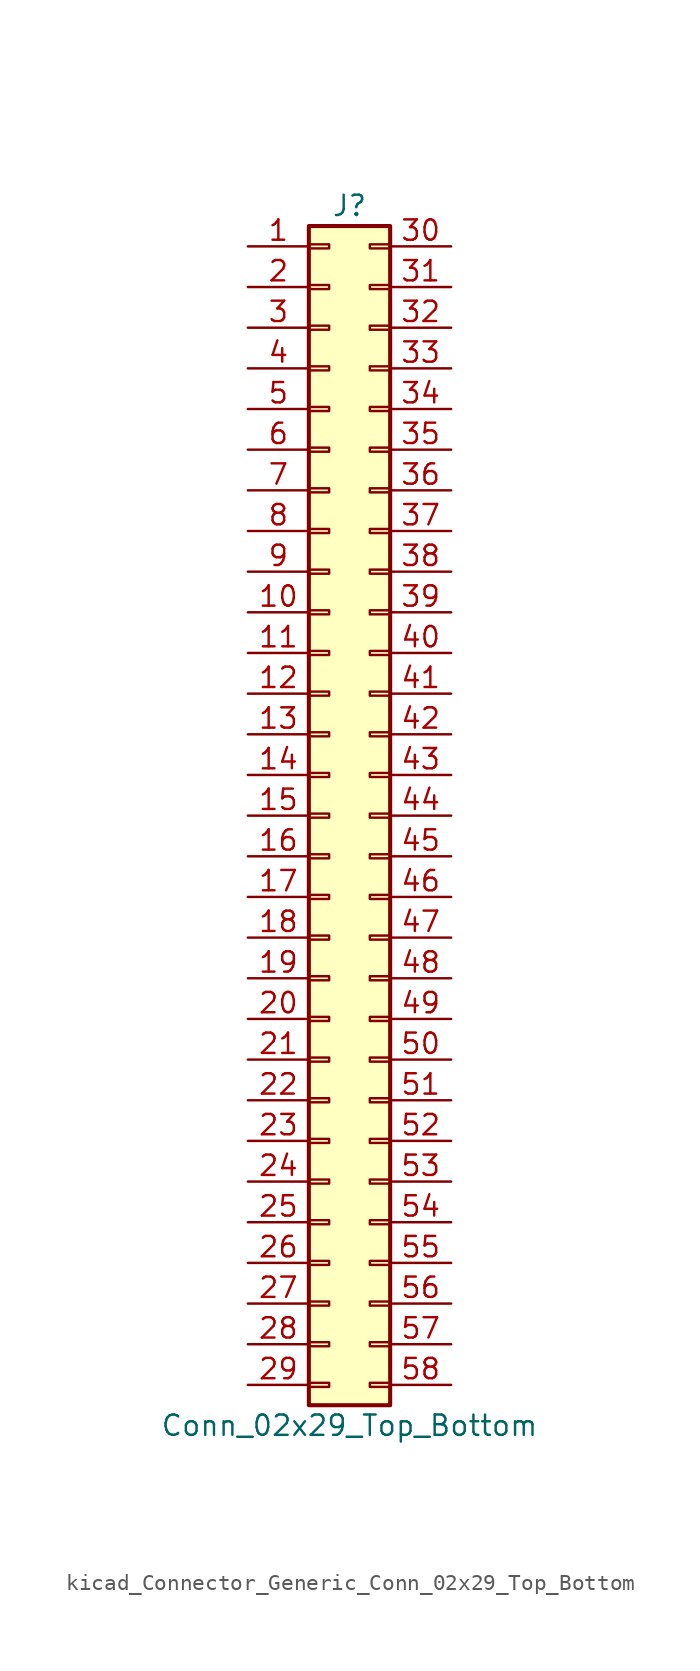
<source format=kicad_sym>
(kicad_symbol_lib
  (version 20220914)
  (generator kicad_symbol_editor)
  (symbol "kicad_Connector_Generic_Conn_02x29_Top_Bottom"
    (pin_names
      (offset 1.016) hide)
    (property "Reference" "J"
      (at 1.27 38.1 0)
      (effects (font (size 1.27 1.27))))
    (property "Value" "Conn_02x29_Top_Bottom"
      (at 1.27 -38.1 0)
      (effects (font (size 1.27 1.27))))
    (symbol "kicad_Connector_Generic_Conn_02x29_Top_Bottom_1_1"
      (rectangle (start -1.27 -35.433) (end 0 -35.687) (stroke (width 0.152) (type default)) (fill (type none)))
      (rectangle (start -1.27 -32.893) (end 0 -33.147) (stroke (width 0.152) (type default)) (fill (type none)))
      (rectangle (start -1.27 -30.353) (end 0 -30.607) (stroke (width 0.152) (type default)) (fill (type none)))
      (rectangle (start -1.27 -27.813) (end 0 -28.067) (stroke (width 0.152) (type default)) (fill (type none)))
      (rectangle (start -1.27 -25.273) (end 0 -25.527) (stroke (width 0.152) (type default)) (fill (type none)))
      (rectangle (start -1.27 -22.733) (end 0 -22.987) (stroke (width 0.152) (type default)) (fill (type none)))
      (rectangle (start -1.27 -20.193) (end 0 -20.447) (stroke (width 0.152) (type default)) (fill (type none)))
      (rectangle (start -1.27 -17.653) (end 0 -17.907) (stroke (width 0.152) (type default)) (fill (type none)))
      (rectangle (start -1.27 -15.113) (end 0 -15.367) (stroke (width 0.152) (type default)) (fill (type none)))
      (rectangle (start -1.27 -12.573) (end 0 -12.827) (stroke (width 0.152) (type default)) (fill (type none)))
      (rectangle (start -1.27 -10.033) (end 0 -10.287) (stroke (width 0.152) (type default)) (fill (type none)))
      (rectangle (start -1.27 -7.493) (end 0 -7.747) (stroke (width 0.152) (type default)) (fill (type none)))
      (rectangle (start -1.27 -4.953) (end 0 -5.207) (stroke (width 0.152) (type default)) (fill (type none)))
      (rectangle (start -1.27 -2.413) (end 0 -2.667) (stroke (width 0.152) (type default)) (fill (type none)))
      (rectangle (start -1.27 0.127) (end 0 -0.127) (stroke (width 0.152) (type default)) (fill (type none)))
      (rectangle (start -1.27 2.667) (end 0 2.413) (stroke (width 0.152) (type default)) (fill (type none)))
      (rectangle (start -1.27 5.207) (end 0 4.953) (stroke (width 0.152) (type default)) (fill (type none)))
      (rectangle (start -1.27 7.747) (end 0 7.493) (stroke (width 0.152) (type default)) (fill (type none)))
      (rectangle (start -1.27 10.287) (end 0 10.033) (stroke (width 0.152) (type default)) (fill (type none)))
      (rectangle (start -1.27 12.827) (end 0 12.573) (stroke (width 0.152) (type default)) (fill (type none)))
      (rectangle (start -1.27 15.367) (end 0 15.113) (stroke (width 0.152) (type default)) (fill (type none)))
      (rectangle (start -1.27 17.907) (end 0 17.653) (stroke (width 0.152) (type default)) (fill (type none)))
      (rectangle (start -1.27 20.447) (end 0 20.193) (stroke (width 0.152) (type default)) (fill (type none)))
      (rectangle (start -1.27 22.987) (end 0 22.733) (stroke (width 0.152) (type default)) (fill (type none)))
      (rectangle (start -1.27 25.527) (end 0 25.273) (stroke (width 0.152) (type default)) (fill (type none)))
      (rectangle (start -1.27 28.067) (end 0 27.813) (stroke (width 0.152) (type default)) (fill (type none)))
      (rectangle (start -1.27 30.607) (end 0 30.353) (stroke (width 0.152) (type default)) (fill (type none)))
      (rectangle (start -1.27 33.147) (end 0 32.893) (stroke (width 0.152) (type default)) (fill (type none)))
      (rectangle (start -1.27 35.687) (end 0 35.433) (stroke (width 0.152) (type default)) (fill (type none)))
      (rectangle (start -1.27 36.83) (end 3.81 -36.83) (stroke (width 0.254) (type default)) (fill (type background)))
      (rectangle (start 3.81 -35.433) (end 2.54 -35.687) (stroke (width 0.152) (type default)) (fill (type none)))
      (rectangle (start 3.81 -32.893) (end 2.54 -33.147) (stroke (width 0.152) (type default)) (fill (type none)))
      (rectangle (start 3.81 -30.353) (end 2.54 -30.607) (stroke (width 0.152) (type default)) (fill (type none)))
      (rectangle (start 3.81 -27.813) (end 2.54 -28.067) (stroke (width 0.152) (type default)) (fill (type none)))
      (rectangle (start 3.81 -25.273) (end 2.54 -25.527) (stroke (width 0.152) (type default)) (fill (type none)))
      (rectangle (start 3.81 -22.733) (end 2.54 -22.987) (stroke (width 0.152) (type default)) (fill (type none)))
      (rectangle (start 3.81 -20.193) (end 2.54 -20.447) (stroke (width 0.152) (type default)) (fill (type none)))
      (rectangle (start 3.81 -17.653) (end 2.54 -17.907) (stroke (width 0.152) (type default)) (fill (type none)))
      (rectangle (start 3.81 -15.113) (end 2.54 -15.367) (stroke (width 0.152) (type default)) (fill (type none)))
      (rectangle (start 3.81 -12.573) (end 2.54 -12.827) (stroke (width 0.152) (type default)) (fill (type none)))
      (rectangle (start 3.81 -10.033) (end 2.54 -10.287) (stroke (width 0.152) (type default)) (fill (type none)))
      (rectangle (start 3.81 -7.493) (end 2.54 -7.747) (stroke (width 0.152) (type default)) (fill (type none)))
      (rectangle (start 3.81 -4.953) (end 2.54 -5.207) (stroke (width 0.152) (type default)) (fill (type none)))
      (rectangle (start 3.81 -2.413) (end 2.54 -2.667) (stroke (width 0.152) (type default)) (fill (type none)))
      (rectangle (start 3.81 0.127) (end 2.54 -0.127) (stroke (width 0.152) (type default)) (fill (type none)))
      (rectangle (start 3.81 2.667) (end 2.54 2.413) (stroke (width 0.152) (type default)) (fill (type none)))
      (rectangle (start 3.81 5.207) (end 2.54 4.953) (stroke (width 0.152) (type default)) (fill (type none)))
      (rectangle (start 3.81 7.747) (end 2.54 7.493) (stroke (width 0.152) (type default)) (fill (type none)))
      (rectangle (start 3.81 10.287) (end 2.54 10.033) (stroke (width 0.152) (type default)) (fill (type none)))
      (rectangle (start 3.81 12.827) (end 2.54 12.573) (stroke (width 0.152) (type default)) (fill (type none)))
      (rectangle (start 3.81 15.367) (end 2.54 15.113) (stroke (width 0.152) (type default)) (fill (type none)))
      (rectangle (start 3.81 17.907) (end 2.54 17.653) (stroke (width 0.152) (type default)) (fill (type none)))
      (rectangle (start 3.81 20.447) (end 2.54 20.193) (stroke (width 0.152) (type default)) (fill (type none)))
      (rectangle (start 3.81 22.987) (end 2.54 22.733) (stroke (width 0.152) (type default)) (fill (type none)))
      (rectangle (start 3.81 25.527) (end 2.54 25.273) (stroke (width 0.152) (type default)) (fill (type none)))
      (rectangle (start 3.81 28.067) (end 2.54 27.813) (stroke (width 0.152) (type default)) (fill (type none)))
      (rectangle (start 3.81 30.607) (end 2.54 30.353) (stroke (width 0.152) (type default)) (fill (type none)))
      (rectangle (start 3.81 33.147) (end 2.54 32.893) (stroke (width 0.152) (type default)) (fill (type none)))
      (rectangle (start 3.81 35.687) (end 2.54 35.433) (stroke (width 0.152) (type default)) (fill (type none)))
      (pin passive line (at -5.08 35.56 0) (length 3.81) (name "Pin_1" (effects (font (size 1.27 1.27)))) (number "1" (effects (font (size 1.27 1.27)))))
      (pin passive line (at -5.08 12.7 0) (length 3.81) (name "Pin_10" (effects (font (size 1.27 1.27)))) (number "10" (effects (font (size 1.27 1.27)))))
      (pin passive line (at -5.08 10.16 0) (length 3.81) (name "Pin_11" (effects (font (size 1.27 1.27)))) (number "11" (effects (font (size 1.27 1.27)))))
      (pin passive line (at -5.08 7.62 0) (length 3.81) (name "Pin_12" (effects (font (size 1.27 1.27)))) (number "12" (effects (font (size 1.27 1.27)))))
      (pin passive line (at -5.08 5.08 0) (length 3.81) (name "Pin_13" (effects (font (size 1.27 1.27)))) (number "13" (effects (font (size 1.27 1.27)))))
      (pin passive line (at -5.08 2.54 0) (length 3.81) (name "Pin_14" (effects (font (size 1.27 1.27)))) (number "14" (effects (font (size 1.27 1.27)))))
      (pin passive line (at -5.08 0 0) (length 3.81) (name "Pin_15" (effects (font (size 1.27 1.27)))) (number "15" (effects (font (size 1.27 1.27)))))
      (pin passive line (at -5.08 -2.54 0) (length 3.81) (name "Pin_16" (effects (font (size 1.27 1.27)))) (number "16" (effects (font (size 1.27 1.27)))))
      (pin passive line (at -5.08 -5.08 0) (length 3.81) (name "Pin_17" (effects (font (size 1.27 1.27)))) (number "17" (effects (font (size 1.27 1.27)))))
      (pin passive line (at -5.08 -7.62 0) (length 3.81) (name "Pin_18" (effects (font (size 1.27 1.27)))) (number "18" (effects (font (size 1.27 1.27)))))
      (pin passive line (at -5.08 -10.16 0) (length 3.81) (name "Pin_19" (effects (font (size 1.27 1.27)))) (number "19" (effects (font (size 1.27 1.27)))))
      (pin passive line (at -5.08 33.02 0) (length 3.81) (name "Pin_2" (effects (font (size 1.27 1.27)))) (number "2" (effects (font (size 1.27 1.27)))))
      (pin passive line (at -5.08 -12.7 0) (length 3.81) (name "Pin_20" (effects (font (size 1.27 1.27)))) (number "20" (effects (font (size 1.27 1.27)))))
      (pin passive line (at -5.08 -15.24 0) (length 3.81) (name "Pin_21" (effects (font (size 1.27 1.27)))) (number "21" (effects (font (size 1.27 1.27)))))
      (pin passive line (at -5.08 -17.78 0) (length 3.81) (name "Pin_22" (effects (font (size 1.27 1.27)))) (number "22" (effects (font (size 1.27 1.27)))))
      (pin passive line (at -5.08 -20.32 0) (length 3.81) (name "Pin_23" (effects (font (size 1.27 1.27)))) (number "23" (effects (font (size 1.27 1.27)))))
      (pin passive line (at -5.08 -22.86 0) (length 3.81) (name "Pin_24" (effects (font (size 1.27 1.27)))) (number "24" (effects (font (size 1.27 1.27)))))
      (pin passive line (at -5.08 -25.4 0) (length 3.81) (name "Pin_25" (effects (font (size 1.27 1.27)))) (number "25" (effects (font (size 1.27 1.27)))))
      (pin passive line (at -5.08 -27.94 0) (length 3.81) (name "Pin_26" (effects (font (size 1.27 1.27)))) (number "26" (effects (font (size 1.27 1.27)))))
      (pin passive line (at -5.08 -30.48 0) (length 3.81) (name "Pin_27" (effects (font (size 1.27 1.27)))) (number "27" (effects (font (size 1.27 1.27)))))
      (pin passive line (at -5.08 -33.02 0) (length 3.81) (name "Pin_28" (effects (font (size 1.27 1.27)))) (number "28" (effects (font (size 1.27 1.27)))))
      (pin passive line (at -5.08 -35.56 0) (length 3.81) (name "Pin_29" (effects (font (size 1.27 1.27)))) (number "29" (effects (font (size 1.27 1.27)))))
      (pin passive line (at -5.08 30.48 0) (length 3.81) (name "Pin_3" (effects (font (size 1.27 1.27)))) (number "3" (effects (font (size 1.27 1.27)))))
      (pin passive line (at 7.62 35.56 180) (length 3.81) (name "Pin_30" (effects (font (size 1.27 1.27)))) (number "30" (effects (font (size 1.27 1.27)))))
      (pin passive line (at 7.62 33.02 180) (length 3.81) (name "Pin_31" (effects (font (size 1.27 1.27)))) (number "31" (effects (font (size 1.27 1.27)))))
      (pin passive line (at 7.62 30.48 180) (length 3.81) (name "Pin_32" (effects (font (size 1.27 1.27)))) (number "32" (effects (font (size 1.27 1.27)))))
      (pin passive line (at 7.62 27.94 180) (length 3.81) (name "Pin_33" (effects (font (size 1.27 1.27)))) (number "33" (effects (font (size 1.27 1.27)))))
      (pin passive line (at 7.62 25.4 180) (length 3.81) (name "Pin_34" (effects (font (size 1.27 1.27)))) (number "34" (effects (font (size 1.27 1.27)))))
      (pin passive line (at 7.62 22.86 180) (length 3.81) (name "Pin_35" (effects (font (size 1.27 1.27)))) (number "35" (effects (font (size 1.27 1.27)))))
      (pin passive line (at 7.62 20.32 180) (length 3.81) (name "Pin_36" (effects (font (size 1.27 1.27)))) (number "36" (effects (font (size 1.27 1.27)))))
      (pin passive line (at 7.62 17.78 180) (length 3.81) (name "Pin_37" (effects (font (size 1.27 1.27)))) (number "37" (effects (font (size 1.27 1.27)))))
      (pin passive line (at 7.62 15.24 180) (length 3.81) (name "Pin_38" (effects (font (size 1.27 1.27)))) (number "38" (effects (font (size 1.27 1.27)))))
      (pin passive line (at 7.62 12.7 180) (length 3.81) (name "Pin_39" (effects (font (size 1.27 1.27)))) (number "39" (effects (font (size 1.27 1.27)))))
      (pin passive line (at -5.08 27.94 0) (length 3.81) (name "Pin_4" (effects (font (size 1.27 1.27)))) (number "4" (effects (font (size 1.27 1.27)))))
      (pin passive line (at 7.62 10.16 180) (length 3.81) (name "Pin_40" (effects (font (size 1.27 1.27)))) (number "40" (effects (font (size 1.27 1.27)))))
      (pin passive line (at 7.62 7.62 180) (length 3.81) (name "Pin_41" (effects (font (size 1.27 1.27)))) (number "41" (effects (font (size 1.27 1.27)))))
      (pin passive line (at 7.62 5.08 180) (length 3.81) (name "Pin_42" (effects (font (size 1.27 1.27)))) (number "42" (effects (font (size 1.27 1.27)))))
      (pin passive line (at 7.62 2.54 180) (length 3.81) (name "Pin_43" (effects (font (size 1.27 1.27)))) (number "43" (effects (font (size 1.27 1.27)))))
      (pin passive line (at 7.62 0 180) (length 3.81) (name "Pin_44" (effects (font (size 1.27 1.27)))) (number "44" (effects (font (size 1.27 1.27)))))
      (pin passive line (at 7.62 -2.54 180) (length 3.81) (name "Pin_45" (effects (font (size 1.27 1.27)))) (number "45" (effects (font (size 1.27 1.27)))))
      (pin passive line (at 7.62 -5.08 180) (length 3.81) (name "Pin_46" (effects (font (size 1.27 1.27)))) (number "46" (effects (font (size 1.27 1.27)))))
      (pin passive line (at 7.62 -7.62 180) (length 3.81) (name "Pin_47" (effects (font (size 1.27 1.27)))) (number "47" (effects (font (size 1.27 1.27)))))
      (pin passive line (at 7.62 -10.16 180) (length 3.81) (name "Pin_48" (effects (font (size 1.27 1.27)))) (number "48" (effects (font (size 1.27 1.27)))))
      (pin passive line (at 7.62 -12.7 180) (length 3.81) (name "Pin_49" (effects (font (size 1.27 1.27)))) (number "49" (effects (font (size 1.27 1.27)))))
      (pin passive line (at -5.08 25.4 0) (length 3.81) (name "Pin_5" (effects (font (size 1.27 1.27)))) (number "5" (effects (font (size 1.27 1.27)))))
      (pin passive line (at 7.62 -15.24 180) (length 3.81) (name "Pin_50" (effects (font (size 1.27 1.27)))) (number "50" (effects (font (size 1.27 1.27)))))
      (pin passive line (at 7.62 -17.78 180) (length 3.81) (name "Pin_51" (effects (font (size 1.27 1.27)))) (number "51" (effects (font (size 1.27 1.27)))))
      (pin passive line (at 7.62 -20.32 180) (length 3.81) (name "Pin_52" (effects (font (size 1.27 1.27)))) (number "52" (effects (font (size 1.27 1.27)))))
      (pin passive line (at 7.62 -22.86 180) (length 3.81) (name "Pin_53" (effects (font (size 1.27 1.27)))) (number "53" (effects (font (size 1.27 1.27)))))
      (pin passive line (at 7.62 -25.4 180) (length 3.81) (name "Pin_54" (effects (font (size 1.27 1.27)))) (number "54" (effects (font (size 1.27 1.27)))))
      (pin passive line (at 7.62 -27.94 180) (length 3.81) (name "Pin_55" (effects (font (size 1.27 1.27)))) (number "55" (effects (font (size 1.27 1.27)))))
      (pin passive line (at 7.62 -30.48 180) (length 3.81) (name "Pin_56" (effects (font (size 1.27 1.27)))) (number "56" (effects (font (size 1.27 1.27)))))
      (pin passive line (at 7.62 -33.02 180) (length 3.81) (name "Pin_57" (effects (font (size 1.27 1.27)))) (number "57" (effects (font (size 1.27 1.27)))))
      (pin passive line (at 7.62 -35.56 180) (length 3.81) (name "Pin_58" (effects (font (size 1.27 1.27)))) (number "58" (effects (font (size 1.27 1.27)))))
      (pin passive line (at -5.08 22.86 0) (length 3.81) (name "Pin_6" (effects (font (size 1.27 1.27)))) (number "6" (effects (font (size 1.27 1.27)))))
      (pin passive line (at -5.08 20.32 0) (length 3.81) (name "Pin_7" (effects (font (size 1.27 1.27)))) (number "7" (effects (font (size 1.27 1.27)))))
      (pin passive line (at -5.08 17.78 0) (length 3.81) (name "Pin_8" (effects (font (size 1.27 1.27)))) (number "8" (effects (font (size 1.27 1.27)))))
      (pin passive line (at -5.08 15.24 0) (length 3.81) (name "Pin_9" (effects (font (size 1.27 1.27)))) (number "9" (effects (font (size 1.27 1.27))))))))
</source>
